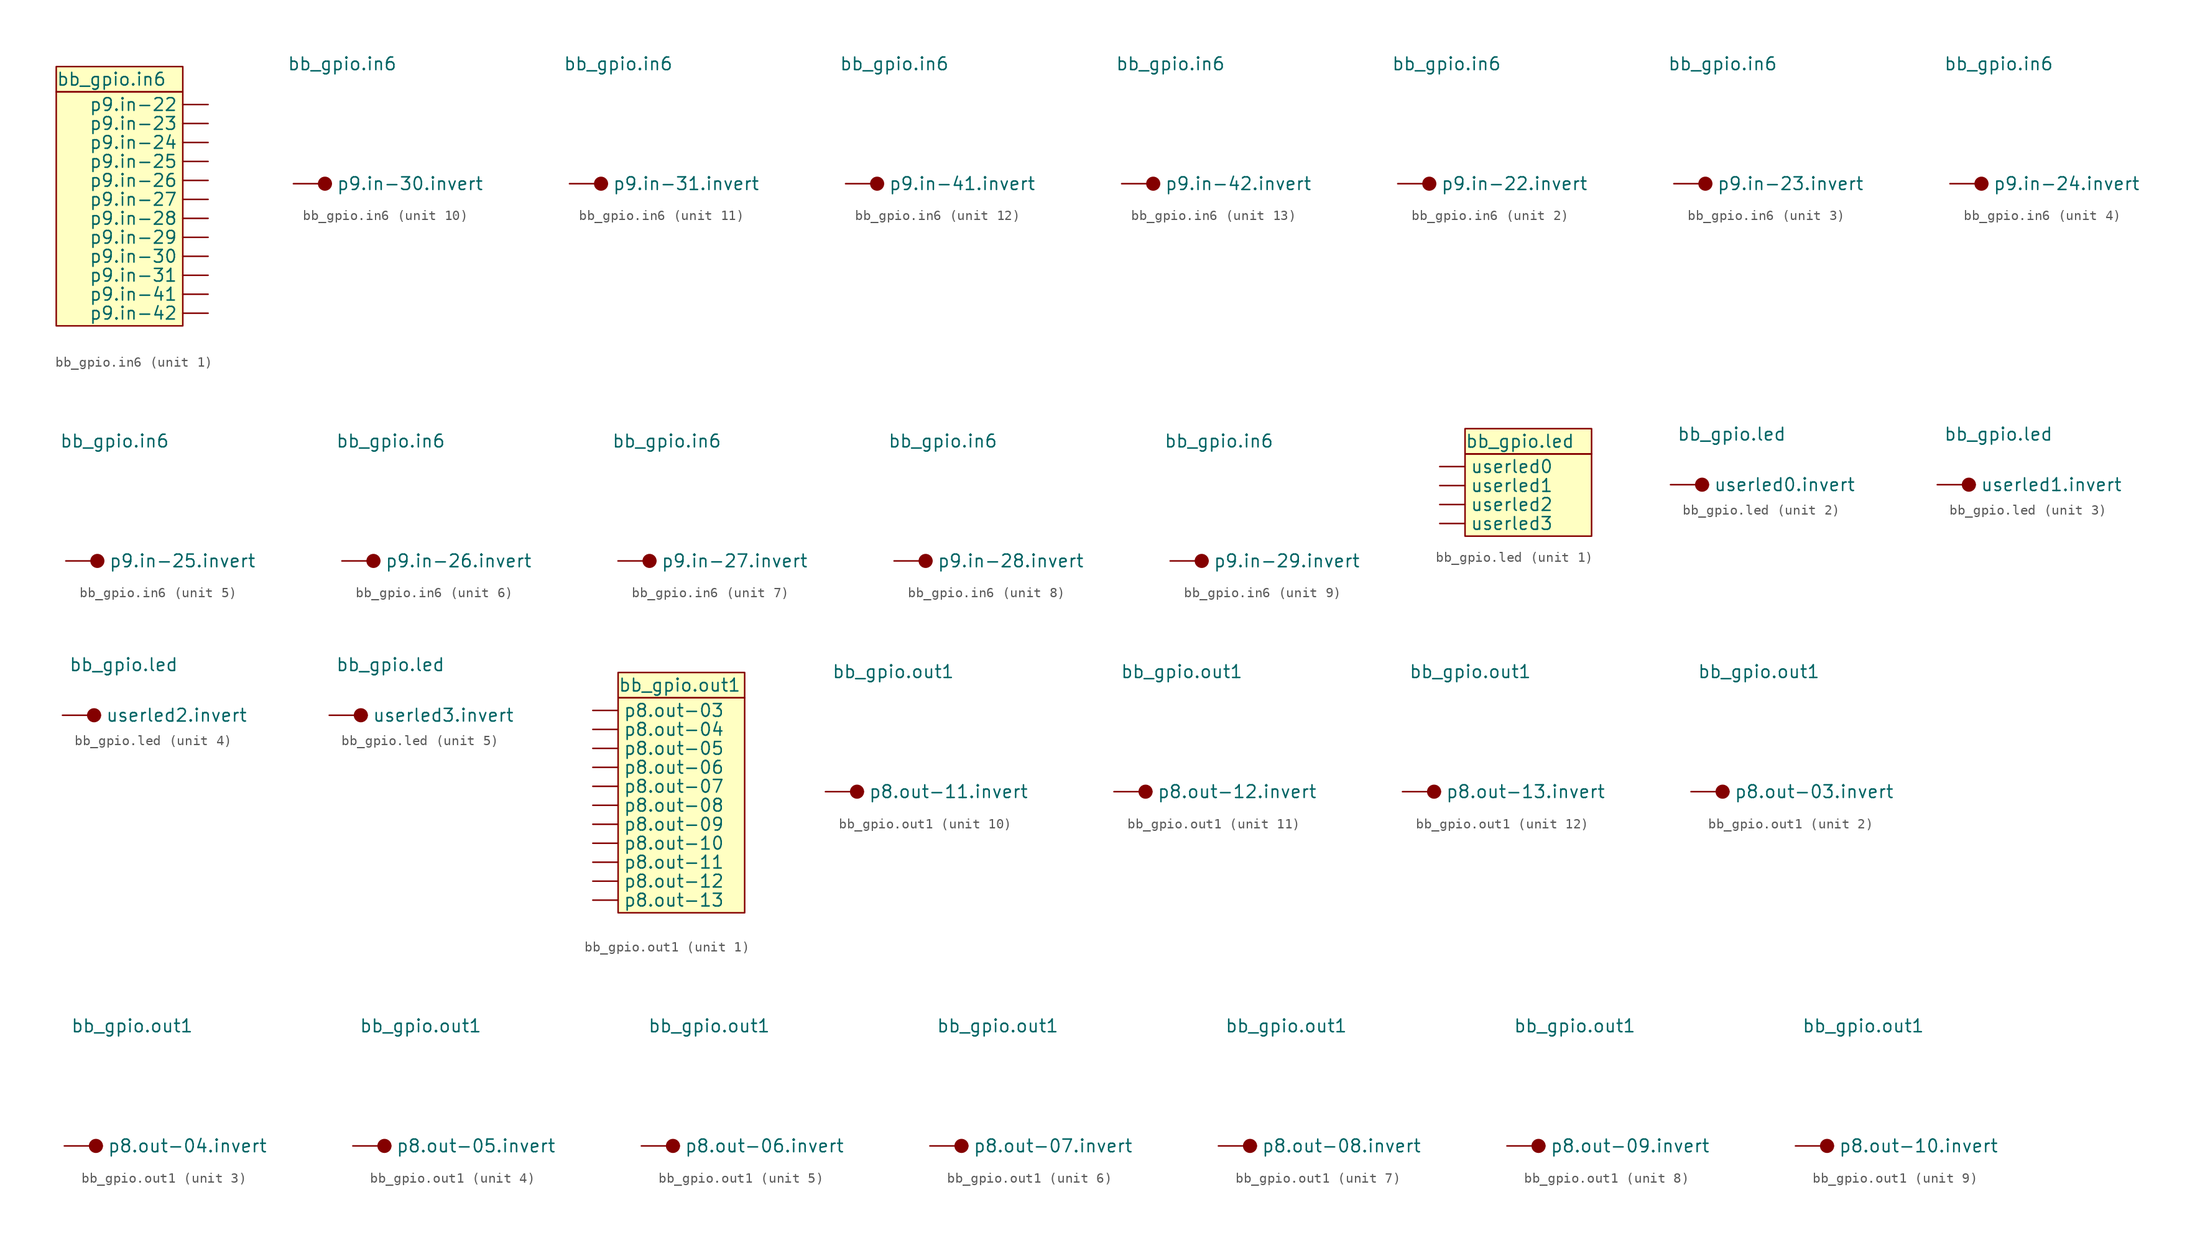
<source format=kicad_sym>
(kicad_symbol_lib
  (version 20220914)
  (generator kicad_symbol_editor)
  (symbol "bb_gpio.in6"
    (pin_numbers hide)
    (property "Reference" "BB-GPIO"
      (at 0 0 0)
      (effects (font (size 1.27 1.27)) hide))
    (property "Value" "bb_gpio.in6"
      (at -5.08 12.065 0)
      (effects (font (size 1.27 1.27)) (justify left)))
    (property "ki_locked" ""
      (at 0 0 0)
      (effects (font (size 1.27 1.27))))
    (symbol "bb_gpio.in6_1_1"
      (rectangle (start -5.08 10.795) (end 7.62 -12.7) (stroke (width 0.152) (type default)) (fill (type background)))
      (rectangle (start -5.08 13.335) (end 7.62 10.795) (stroke (width 0.152) (type default)) (fill (type background)))
      (pin output line (at 10.16 9.525 180) (length 2.54) (name "p9.in-22" (effects (font (size 1.27 1.27)))) (number "1" (effects (font (size 1.27 1.27)))))
      (pin output line (at 10.16 -7.62 180) (length 2.54) (name "p9.in-31" (effects (font (size 1.27 1.27)))) (number "10" (effects (font (size 1.27 1.27)))))
      (pin output line (at 10.16 -9.525 180) (length 2.54) (name "p9.in-41" (effects (font (size 1.27 1.27)))) (number "11" (effects (font (size 1.27 1.27)))))
      (pin output line (at 10.16 -11.43 180) (length 2.54) (name "p9.in-42" (effects (font (size 1.27 1.27)))) (number "12" (effects (font (size 1.27 1.27)))))
      (pin output line (at 10.16 7.62 180) (length 2.54) (name "p9.in-23" (effects (font (size 1.27 1.27)))) (number "2" (effects (font (size 1.27 1.27)))))
      (pin output line (at 10.16 5.715 180) (length 2.54) (name "p9.in-24" (effects (font (size 1.27 1.27)))) (number "3" (effects (font (size 1.27 1.27)))))
      (pin output line (at 10.16 3.81 180) (length 2.54) (name "p9.in-25" (effects (font (size 1.27 1.27)))) (number "4" (effects (font (size 1.27 1.27)))))
      (pin output line (at 10.16 1.905 180) (length 2.54) (name "p9.in-26" (effects (font (size 1.27 1.27)))) (number "5" (effects (font (size 1.27 1.27)))))
      (pin output line (at 10.16 0 180) (length 2.54) (name "p9.in-27" (effects (font (size 1.27 1.27)))) (number "6" (effects (font (size 1.27 1.27)))))
      (pin output line (at 10.16 -1.905 180) (length 2.54) (name "p9.in-28" (effects (font (size 1.27 1.27)))) (number "7" (effects (font (size 1.27 1.27)))))
      (pin output line (at 10.16 -3.81 180) (length 2.54) (name "p9.in-29" (effects (font (size 1.27 1.27)))) (number "8" (effects (font (size 1.27 1.27)))))
      (pin output line (at 10.16 -5.715 180) (length 2.54) (name "p9.in-30" (effects (font (size 1.27 1.27)))) (number "9" (effects (font (size 1.27 1.27))))))
    (symbol "bb_gpio.in6_2_1"
      (circle (center -1.27 0) (radius 0.635) (stroke (width 0.152) (type default)) (fill (type outline)))
      (pin input line (at -4.445 0 0) (length 3.81) (name "p9.in-22.invert" (effects (font (size 1.27 1.27)))) (number "13" (effects (font (size 1.27 1.27))))))
    (symbol "bb_gpio.in6_3_1"
      (circle (center -1.27 0) (radius 0.635) (stroke (width 0.152) (type default)) (fill (type outline)))
      (pin input line (at -4.445 0 0) (length 3.81) (name "p9.in-23.invert" (effects (font (size 1.27 1.27)))) (number "14" (effects (font (size 1.27 1.27))))))
    (symbol "bb_gpio.in6_4_1"
      (circle (center -1.27 0) (radius 0.635) (stroke (width 0.152) (type default)) (fill (type outline)))
      (pin input line (at -4.445 0 0) (length 3.81) (name "p9.in-24.invert" (effects (font (size 1.27 1.27)))) (number "15" (effects (font (size 1.27 1.27))))))
    (symbol "bb_gpio.in6_5_1"
      (circle (center -1.27 0) (radius 0.635) (stroke (width 0.152) (type default)) (fill (type outline)))
      (pin input line (at -4.445 0 0) (length 3.81) (name "p9.in-25.invert" (effects (font (size 1.27 1.27)))) (number "16" (effects (font (size 1.27 1.27))))))
    (symbol "bb_gpio.in6_6_1"
      (circle (center -1.27 0) (radius 0.635) (stroke (width 0.152) (type default)) (fill (type outline)))
      (pin input line (at -4.445 0 0) (length 3.81) (name "p9.in-26.invert" (effects (font (size 1.27 1.27)))) (number "17" (effects (font (size 1.27 1.27))))))
    (symbol "bb_gpio.in6_7_1"
      (circle (center -1.27 0) (radius 0.635) (stroke (width 0.152) (type default)) (fill (type outline)))
      (pin input line (at -4.445 0 0) (length 3.81) (name "p9.in-27.invert" (effects (font (size 1.27 1.27)))) (number "18" (effects (font (size 1.27 1.27))))))
    (symbol "bb_gpio.in6_8_1"
      (circle (center -1.27 0) (radius 0.635) (stroke (width 0.152) (type default)) (fill (type outline)))
      (pin input line (at -4.445 0 0) (length 3.81) (name "p9.in-28.invert" (effects (font (size 1.27 1.27)))) (number "19" (effects (font (size 1.27 1.27))))))
    (symbol "bb_gpio.in6_9_1"
      (circle (center -1.27 0) (radius 0.635) (stroke (width 0.152) (type default)) (fill (type outline)))
      (pin input line (at -4.445 0 0) (length 3.81) (name "p9.in-29.invert" (effects (font (size 1.27 1.27)))) (number "20" (effects (font (size 1.27 1.27))))))
    (symbol "bb_gpio.in6_10_1"
      (circle (center -1.27 0) (radius 0.635) (stroke (width 0.152) (type default)) (fill (type outline)))
      (pin input line (at -4.445 0 0) (length 3.81) (name "p9.in-30.invert" (effects (font (size 1.27 1.27)))) (number "21" (effects (font (size 1.27 1.27))))))
    (symbol "bb_gpio.in6_11_1"
      (circle (center -1.27 0) (radius 0.635) (stroke (width 0.152) (type default)) (fill (type outline)))
      (pin input line (at -4.445 0 0) (length 3.81) (name "p9.in-31.invert" (effects (font (size 1.27 1.27)))) (number "22" (effects (font (size 1.27 1.27))))))
    (symbol "bb_gpio.in6_12_1"
      (circle (center -1.27 0) (radius 0.635) (stroke (width 0.152) (type default)) (fill (type outline)))
      (pin input line (at -4.445 0 0) (length 3.81) (name "p9.in-41.invert" (effects (font (size 1.27 1.27)))) (number "23" (effects (font (size 1.27 1.27))))))
    (symbol "bb_gpio.in6_13_1"
      (circle (center -1.27 0) (radius 0.635) (stroke (width 0.152) (type default)) (fill (type outline)))
      (pin input line (at -4.445 0 0) (length 3.81) (name "p9.in-42.invert" (effects (font (size 1.27 1.27)))) (number "24" (effects (font (size 1.27 1.27)))))))
  (symbol "bb_gpio.led"
    (pin_numbers hide)
    (property "Reference" "BB-GPIO"
      (at 0 0 0)
      (effects (font (size 1.27 1.27)) hide))
    (property "Value" "bb_gpio.led"
      (at -3.81 5.08 0)
      (effects (font (size 1.27 1.27)) (justify left)))
    (property "ki_locked" ""
      (at 0 0 0)
      (effects (font (size 1.27 1.27))))
    (symbol "bb_gpio.led_1_1"
      (rectangle (start -3.81 3.81) (end 8.89 -4.445) (stroke (width 0.152) (type default)) (fill (type background)))
      (rectangle (start -3.81 6.35) (end 8.89 3.81) (stroke (width 0.152) (type default)) (fill (type background)))
      (pin input line (at -6.35 2.54 0) (length 2.54) (name "userled0" (effects (font (size 1.27 1.27)))) (number "1" (effects (font (size 1.27 1.27)))))
      (pin input line (at -6.35 0.635 0) (length 2.54) (name "userled1" (effects (font (size 1.27 1.27)))) (number "2" (effects (font (size 1.27 1.27)))))
      (pin input line (at -6.35 -1.27 0) (length 2.54) (name "userled2" (effects (font (size 1.27 1.27)))) (number "3" (effects (font (size 1.27 1.27)))))
      (pin input line (at -6.35 -3.175 0) (length 2.54) (name "userled3" (effects (font (size 1.27 1.27)))) (number "4" (effects (font (size 1.27 1.27))))))
    (symbol "bb_gpio.led_2_1"
      (circle (center -1.27 0) (radius 0.635) (stroke (width 0.152) (type default)) (fill (type outline)))
      (pin input line (at -4.445 0 0) (length 3.81) (name "userled0.invert" (effects (font (size 1.27 1.27)))) (number "12" (effects (font (size 1.27 1.27))))))
    (symbol "bb_gpio.led_3_1"
      (circle (center -1.27 0) (radius 0.635) (stroke (width 0.152) (type default)) (fill (type outline)))
      (pin input line (at -4.445 0 0) (length 3.81) (name "userled1.invert" (effects (font (size 1.27 1.27)))) (number "13" (effects (font (size 1.27 1.27))))))
    (symbol "bb_gpio.led_4_1"
      (circle (center -1.27 0) (radius 0.635) (stroke (width 0.152) (type default)) (fill (type outline)))
      (pin input line (at -4.445 0 0) (length 3.81) (name "userled2.invert" (effects (font (size 1.27 1.27)))) (number "14" (effects (font (size 1.27 1.27))))))
    (symbol "bb_gpio.led_5_1"
      (circle (center -1.27 0) (radius 0.635) (stroke (width 0.152) (type default)) (fill (type outline)))
      (pin input line (at -4.445 0 0) (length 3.81) (name "userled3.invert" (effects (font (size 1.27 1.27)))) (number "15" (effects (font (size 1.27 1.27)))))))
  (symbol "bb_gpio.out1"
    (pin_numbers hide)
    (property "Reference" "BB-GPIO"
      (at 0 0 0)
      (effects (font (size 1.27 1.27)) hide))
    (property "Value" "bb_gpio.out1"
      (at -3.81 12.065 0)
      (effects (font (size 1.27 1.27)) (justify left)))
    (property "ki_locked" ""
      (at 0 0 0)
      (effects (font (size 1.27 1.27))))
    (symbol "bb_gpio.out1_1_1"
      (rectangle (start -3.81 10.795) (end 8.89 -10.795) (stroke (width 0.152) (type default)) (fill (type background)))
      (rectangle (start -3.81 13.335) (end 8.89 10.795) (stroke (width 0.152) (type default)) (fill (type background)))
      (pin input line (at -6.35 9.525 0) (length 2.54) (name "p8.out-03" (effects (font (size 1.27 1.27)))) (number "1" (effects (font (size 1.27 1.27)))))
      (pin input line (at -6.35 -7.62 0) (length 2.54) (name "p8.out-12" (effects (font (size 1.27 1.27)))) (number "10" (effects (font (size 1.27 1.27)))))
      (pin input line (at -6.35 -9.525 0) (length 2.54) (name "p8.out-13" (effects (font (size 1.27 1.27)))) (number "11" (effects (font (size 1.27 1.27)))))
      (pin input line (at -6.35 7.62 0) (length 2.54) (name "p8.out-04" (effects (font (size 1.27 1.27)))) (number "2" (effects (font (size 1.27 1.27)))))
      (pin input line (at -6.35 5.715 0) (length 2.54) (name "p8.out-05" (effects (font (size 1.27 1.27)))) (number "3" (effects (font (size 1.27 1.27)))))
      (pin input line (at -6.35 3.81 0) (length 2.54) (name "p8.out-06" (effects (font (size 1.27 1.27)))) (number "4" (effects (font (size 1.27 1.27)))))
      (pin input line (at -6.35 1.905 0) (length 2.54) (name "p8.out-07" (effects (font (size 1.27 1.27)))) (number "5" (effects (font (size 1.27 1.27)))))
      (pin input line (at -6.35 0 0) (length 2.54) (name "p8.out-08" (effects (font (size 1.27 1.27)))) (number "6" (effects (font (size 1.27 1.27)))))
      (pin input line (at -6.35 -1.905 0) (length 2.54) (name "p8.out-09" (effects (font (size 1.27 1.27)))) (number "7" (effects (font (size 1.27 1.27)))))
      (pin input line (at -6.35 -3.81 0) (length 2.54) (name "p8.out-10" (effects (font (size 1.27 1.27)))) (number "8" (effects (font (size 1.27 1.27)))))
      (pin input line (at -6.35 -5.715 0) (length 2.54) (name "p8.out-11" (effects (font (size 1.27 1.27)))) (number "9" (effects (font (size 1.27 1.27))))))
    (symbol "bb_gpio.out1_2_1"
      (circle (center -1.27 0) (radius 0.635) (stroke (width 0.152) (type default)) (fill (type outline)))
      (pin input line (at -4.445 0 0) (length 3.81) (name "p8.out-03.invert" (effects (font (size 1.27 1.27)))) (number "12" (effects (font (size 1.27 1.27))))))
    (symbol "bb_gpio.out1_3_1"
      (circle (center -1.27 0) (radius 0.635) (stroke (width 0.152) (type default)) (fill (type outline)))
      (pin input line (at -4.445 0 0) (length 3.81) (name "p8.out-04.invert" (effects (font (size 1.27 1.27)))) (number "13" (effects (font (size 1.27 1.27))))))
    (symbol "bb_gpio.out1_4_1"
      (circle (center -1.27 0) (radius 0.635) (stroke (width 0.152) (type default)) (fill (type outline)))
      (pin input line (at -4.445 0 0) (length 3.81) (name "p8.out-05.invert" (effects (font (size 1.27 1.27)))) (number "14" (effects (font (size 1.27 1.27))))))
    (symbol "bb_gpio.out1_5_1"
      (circle (center -1.27 0) (radius 0.635) (stroke (width 0.152) (type default)) (fill (type outline)))
      (pin input line (at -4.445 0 0) (length 3.81) (name "p8.out-06.invert" (effects (font (size 1.27 1.27)))) (number "15" (effects (font (size 1.27 1.27))))))
    (symbol "bb_gpio.out1_6_1"
      (circle (center -1.27 0) (radius 0.635) (stroke (width 0.152) (type default)) (fill (type outline)))
      (pin input line (at -4.445 0 0) (length 3.81) (name "p8.out-07.invert" (effects (font (size 1.27 1.27)))) (number "16" (effects (font (size 1.27 1.27))))))
    (symbol "bb_gpio.out1_7_1"
      (circle (center -1.27 0) (radius 0.635) (stroke (width 0.152) (type default)) (fill (type outline)))
      (pin input line (at -4.445 0 0) (length 3.81) (name "p8.out-08.invert" (effects (font (size 1.27 1.27)))) (number "17" (effects (font (size 1.27 1.27))))))
    (symbol "bb_gpio.out1_8_1"
      (circle (center -1.27 0) (radius 0.635) (stroke (width 0.152) (type default)) (fill (type outline)))
      (pin input line (at -4.445 0 0) (length 3.81) (name "p8.out-09.invert" (effects (font (size 1.27 1.27)))) (number "18" (effects (font (size 1.27 1.27))))))
    (symbol "bb_gpio.out1_9_1"
      (circle (center -1.27 0) (radius 0.635) (stroke (width 0.152) (type default)) (fill (type outline)))
      (pin input line (at -4.445 0 0) (length 3.81) (name "p8.out-10.invert" (effects (font (size 1.27 1.27)))) (number "19" (effects (font (size 1.27 1.27))))))
    (symbol "bb_gpio.out1_10_1"
      (circle (center -1.27 0) (radius 0.635) (stroke (width 0.152) (type default)) (fill (type outline)))
      (pin input line (at -4.445 0 0) (length 3.81) (name "p8.out-11.invert" (effects (font (size 1.27 1.27)))) (number "20" (effects (font (size 1.27 1.27))))))
    (symbol "bb_gpio.out1_11_1"
      (circle (center -1.27 0) (radius 0.635) (stroke (width 0.152) (type default)) (fill (type outline)))
      (pin input line (at -4.445 0 0) (length 3.81) (name "p8.out-12.invert" (effects (font (size 1.27 1.27)))) (number "21" (effects (font (size 1.27 1.27))))))
    (symbol "bb_gpio.out1_12_1"
      (circle (center -1.27 0) (radius 0.635) (stroke (width 0.152) (type default)) (fill (type outline)))
      (pin input line (at -4.445 0 0) (length 3.81) (name "p8.out-13.invert" (effects (font (size 1.27 1.27)))) (number "22" (effects (font (size 1.27 1.27))))))))
</source>
